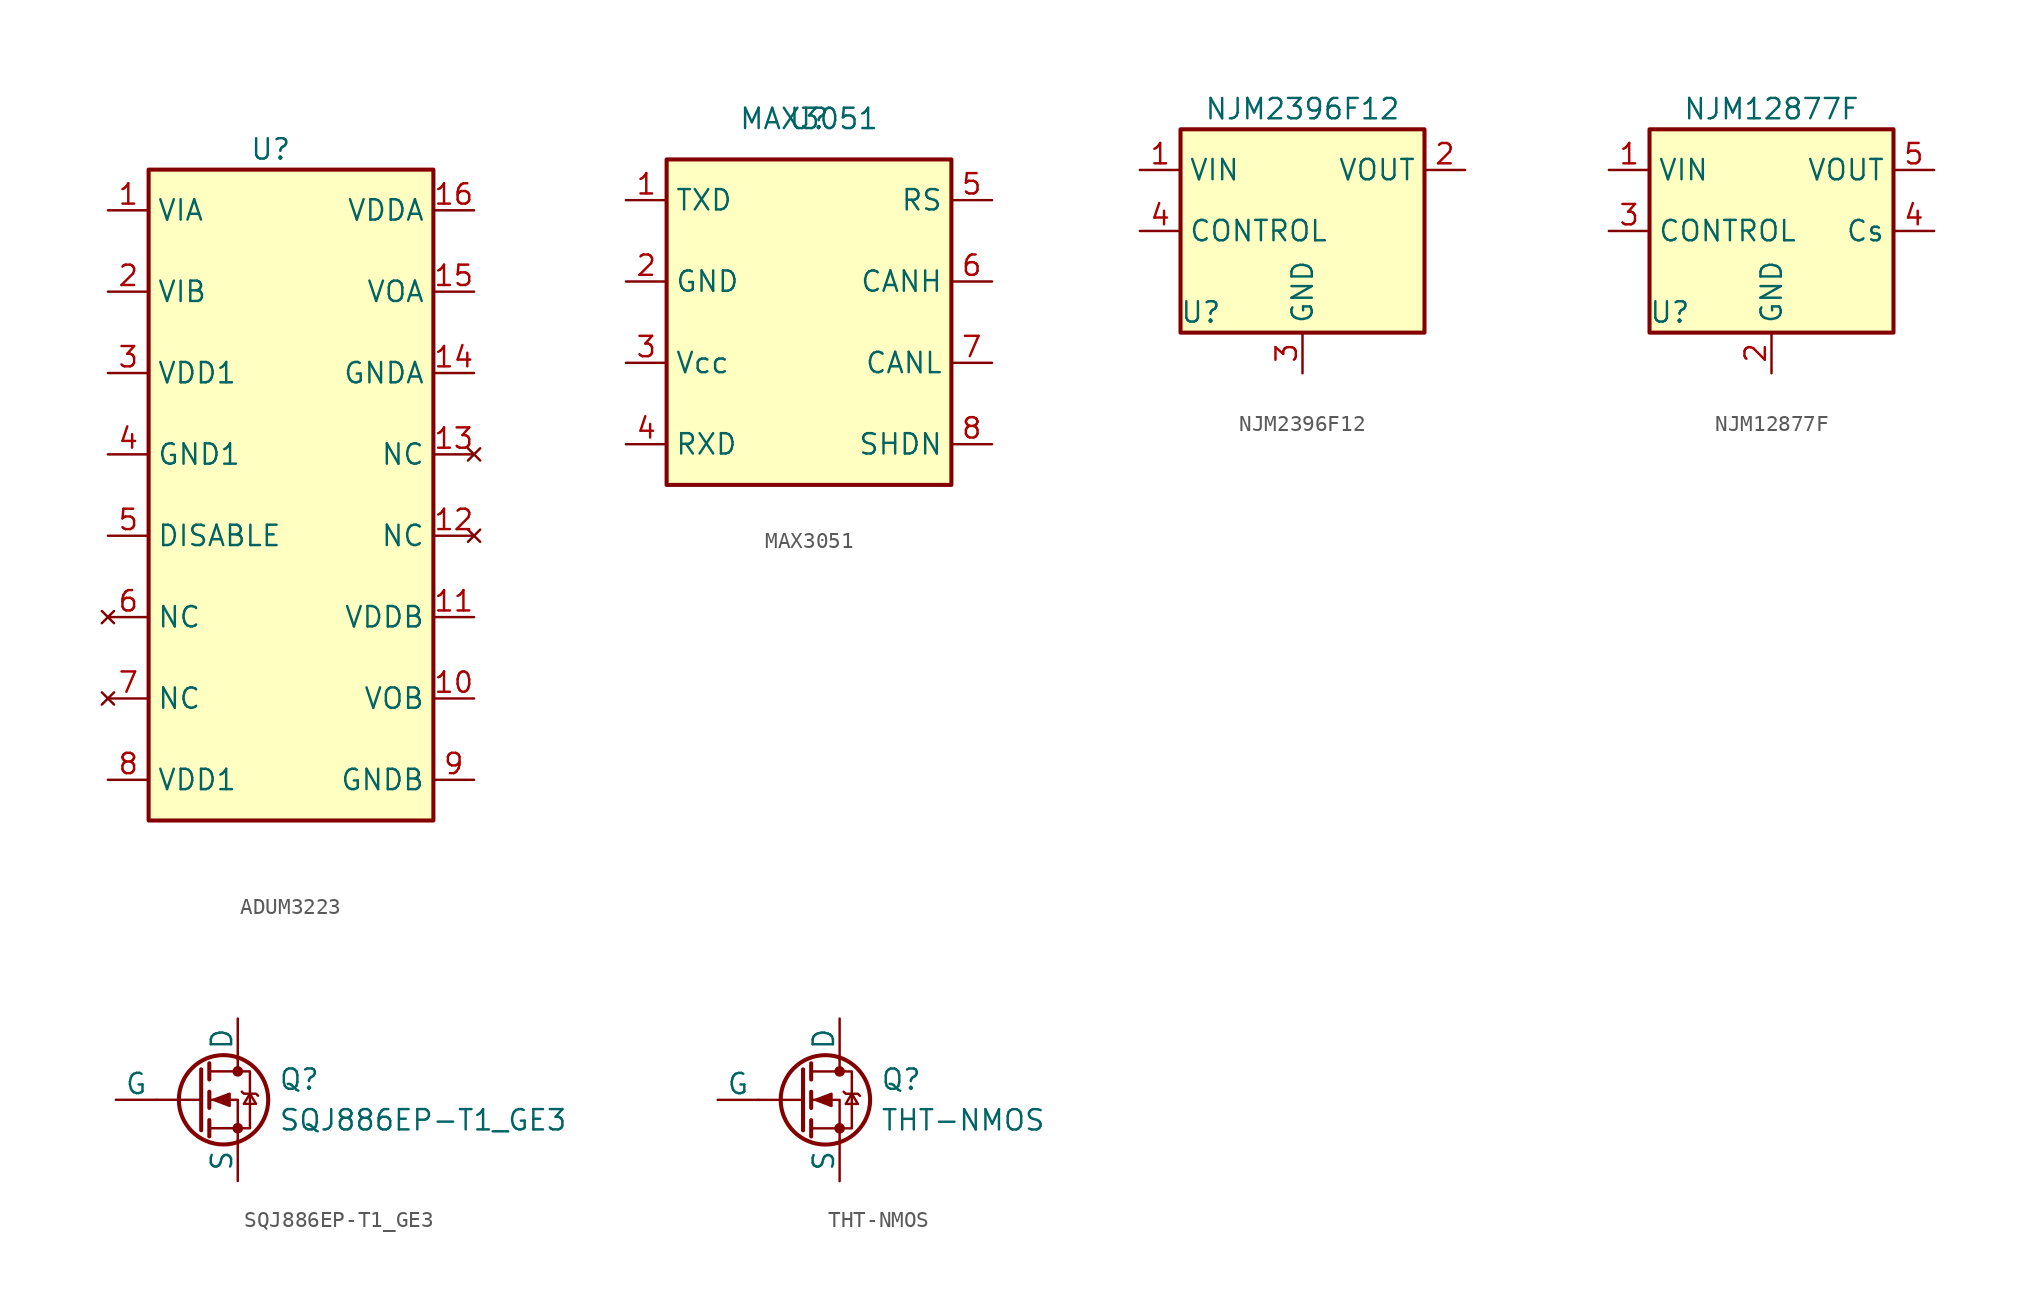
<source format=kicad_sym>
(kicad_symbol_lib
  (version 20220914)
  (generator kicad_symbol_editor)
  (symbol "ADUM3223"
    (property "Reference" "U"
      (at -1.27 21.59 0)
      (effects (font (size 1.27 1.27))))
    (property "Value" ""
      (at 0 0 0)
      (effects (font (size 1.27 1.27))))
    (symbol "ADUM3223_1_1"
      (rectangle (start -8.89 20.32) (end 8.89 -20.32) (stroke (width 0.254) (type default)) (fill (type background)))
      (pin input line (at -11.43 17.78 0) (length 2.54) (name "VIA" (effects (font (size 1.27 1.27)))) (number "1" (effects (font (size 1.27 1.27)))))
      (pin output line (at 11.43 -12.7 180) (length 2.54) (name "VOB" (effects (font (size 1.27 1.27)))) (number "10" (effects (font (size 1.27 1.27)))))
      (pin power_in line (at 11.43 -7.62 180) (length 2.54) (name "VDDB" (effects (font (size 1.27 1.27)))) (number "11" (effects (font (size 1.27 1.27)))))
      (pin no_connect line (at 11.43 -2.54 180) (length 2.54) (name "NC" (effects (font (size 1.27 1.27)))) (number "12" (effects (font (size 1.27 1.27)))))
      (pin no_connect line (at 11.43 2.54 180) (length 2.54) (name "NC" (effects (font (size 1.27 1.27)))) (number "13" (effects (font (size 1.27 1.27)))))
      (pin power_in line (at 11.43 7.62 180) (length 2.54) (name "GNDA" (effects (font (size 1.27 1.27)))) (number "14" (effects (font (size 1.27 1.27)))))
      (pin output line (at 11.43 12.7 180) (length 2.54) (name "VOA" (effects (font (size 1.27 1.27)))) (number "15" (effects (font (size 1.27 1.27)))))
      (pin power_in line (at 11.43 17.78 180) (length 2.54) (name "VDDA" (effects (font (size 1.27 1.27)))) (number "16" (effects (font (size 1.27 1.27)))))
      (pin input line (at -11.43 12.7 0) (length 2.54) (name "VIB" (effects (font (size 1.27 1.27)))) (number "2" (effects (font (size 1.27 1.27)))))
      (pin power_in line (at -11.43 7.62 0) (length 2.54) (name "VDD1" (effects (font (size 1.27 1.27)))) (number "3" (effects (font (size 1.27 1.27)))))
      (pin power_in line (at -11.43 2.54 0) (length 2.54) (name "GND1" (effects (font (size 1.27 1.27)))) (number "4" (effects (font (size 1.27 1.27)))))
      (pin input line (at -11.43 -2.54 0) (length 2.54) (name "DISABLE" (effects (font (size 1.27 1.27)))) (number "5" (effects (font (size 1.27 1.27)))))
      (pin no_connect line (at -11.43 -7.62 0) (length 2.54) (name "NC" (effects (font (size 1.27 1.27)))) (number "6" (effects (font (size 1.27 1.27)))))
      (pin no_connect line (at -11.43 -12.7 0) (length 2.54) (name "NC" (effects (font (size 1.27 1.27)))) (number "7" (effects (font (size 1.27 1.27)))))
      (pin power_in line (at -11.43 -17.78 0) (length 2.54) (name "VDD1" (effects (font (size 1.27 1.27)))) (number "8" (effects (font (size 1.27 1.27)))))
      (pin power_in line (at 11.43 -17.78 180) (length 2.54) (name "GNDB" (effects (font (size 1.27 1.27)))) (number "9" (effects (font (size 1.27 1.27)))))))
  (symbol "MAX3051"
    (property "Reference" "U"
      (at 0 0 0)
      (effects (font (size 1.27 1.27))))
    (property "Value" "MAX3051"
      (at 0 0 0)
      (effects (font (size 1.27 1.27))))
    (symbol "MAX3051_1_1"
      (rectangle (start -8.89 -2.54) (end 8.89 -22.86) (stroke (width 0.254) (type default)) (fill (type background)))
      (pin input line (at -11.43 -5.08 0) (length 2.54) (name "TXD" (effects (font (size 1.27 1.27)))) (number "1" (effects (font (size 1.27 1.27)))))
      (pin power_in line (at -11.43 -10.16 0) (length 2.54) (name "GND" (effects (font (size 1.27 1.27)))) (number "2" (effects (font (size 1.27 1.27)))))
      (pin power_in line (at -11.43 -15.24 0) (length 2.54) (name "Vcc" (effects (font (size 1.27 1.27)))) (number "3" (effects (font (size 1.27 1.27)))))
      (pin input line (at -11.43 -20.32 0) (length 2.54) (name "RXD" (effects (font (size 1.27 1.27)))) (number "4" (effects (font (size 1.27 1.27)))))
      (pin input line (at 11.43 -5.08 180) (length 2.54) (name "RS" (effects (font (size 1.27 1.27)))) (number "5" (effects (font (size 1.27 1.27)))))
      (pin output line (at 11.43 -10.16 180) (length 2.54) (name "CANH" (effects (font (size 1.27 1.27)))) (number "6" (effects (font (size 1.27 1.27)))))
      (pin output line (at 11.43 -15.24 180) (length 2.54) (name "CANL" (effects (font (size 1.27 1.27)))) (number "7" (effects (font (size 1.27 1.27)))))
      (pin input line (at 11.43 -20.32 180) (length 2.54) (name "SHDN" (effects (font (size 1.27 1.27)))) (number "8" (effects (font (size 1.27 1.27)))))))
  (symbol "NJM2396F12"
    (property "Reference" "U"
      (at -6.35 -6.35 0)
      (effects (font (size 1.27 1.27))))
    (property "Value" "NJM2396F12"
      (at 0 6.35 0)
      (effects (font (size 1.27 1.27))))
    (symbol "NJM2396F12_0_1"
      (rectangle (start -7.62 5.08) (end 7.62 -7.62) (stroke (width 0.254) (type default)) (fill (type background))))
    (symbol "NJM2396F12_1_1"
      (pin power_in line (at -10.16 2.54 0) (length 2.54) (name "VIN" (effects (font (size 1.27 1.27)))) (number "1" (effects (font (size 1.27 1.27)))))
      (pin power_out line (at 10.16 2.54 180) (length 2.54) (name "VOUT" (effects (font (size 1.27 1.27)))) (number "2" (effects (font (size 1.27 1.27)))))
      (pin power_in line (at 0 -10.16 90) (length 2.54) (name "GND" (effects (font (size 1.27 1.27)))) (number "3" (effects (font (size 1.27 1.27)))))
      (pin input line (at -10.16 -1.27 0) (length 2.54) (name "CONTROL" (effects (font (size 1.27 1.27)))) (number "4" (effects (font (size 1.27 1.27)))))))
  (symbol "NJM12877F"
    (property "Reference" "U"
      (at -6.35 -6.35 0)
      (effects (font (size 1.27 1.27))))
    (property "Value" "NJM12877F"
      (at 0 6.35 0)
      (effects (font (size 1.27 1.27))))
    (symbol "NJM12877F_0_1"
      (rectangle (start -7.62 5.08) (end 7.62 -7.62) (stroke (width 0.254) (type default)) (fill (type background))))
    (symbol "NJM12877F_1_1"
      (pin power_in line (at -10.16 2.54 0) (length 2.54) (name "VIN" (effects (font (size 1.27 1.27)))) (number "1" (effects (font (size 1.27 1.27)))))
      (pin power_in line (at 0 -10.16 90) (length 2.54) (name "GND" (effects (font (size 1.27 1.27)))) (number "2" (effects (font (size 1.27 1.27)))))
      (pin input line (at -10.16 -1.27 0) (length 2.54) (name "CONTROL" (effects (font (size 1.27 1.27)))) (number "3" (effects (font (size 1.27 1.27)))))
      (pin passive line (at 10.16 -1.27 180) (length 2.54) (name "Cs" (effects (font (size 1.27 1.27)))) (number "4" (effects (font (size 1.27 1.27)))))
      (pin power_out line (at 10.16 2.54 180) (length 2.54) (name "VOUT" (effects (font (size 1.27 1.27)))) (number "5" (effects (font (size 1.27 1.27)))))))
  (symbol "SQJ886EP-T1_GE3"
    (pin_numbers hide)
    (pin_names
      (offset 0))
    (property "Reference" "Q"
      (at 5.08 1.27 0)
      (effects (font (size 1.27 1.27)) (justify left)))
    (property "Value" "SQJ886EP-T1_GE3"
      (at 5.08 -1.27 0)
      (effects (font (size 1.27 1.27)) (justify left)))
    (symbol "SQJ886EP-T1_GE3_0_1"
      (polyline (pts (xy 0.254 0) (xy -2.54 0)) (stroke (width 0) (type default)) (fill (type none)))
      (polyline (pts (xy 0.254 1.905) (xy 0.254 -1.905)) (stroke (width 0.254) (type default)) (fill (type none)))
      (polyline (pts (xy 0.762 -1.27) (xy 0.762 -2.286)) (stroke (width 0.254) (type default)) (fill (type none)))
      (polyline (pts (xy 0.762 0.508) (xy 0.762 -0.508)) (stroke (width 0.254) (type default)) (fill (type none)))
      (polyline (pts (xy 0.762 2.286) (xy 0.762 1.27)) (stroke (width 0.254) (type default)) (fill (type none)))
      (polyline (pts (xy 2.54 2.54) (xy 2.54 1.778)) (stroke (width 0) (type default)) (fill (type none)))
      (polyline (pts (xy 2.54 -2.54) (xy 2.54 0) (xy 0.762 0)) (stroke (width 0) (type default)) (fill (type none)))
      (polyline (pts (xy 0.762 -1.778) (xy 3.302 -1.778) (xy 3.302 1.778) (xy 0.762 1.778)) (stroke (width 0) (type default)) (fill (type none)))
      (polyline (pts (xy 1.016 0) (xy 2.032 0.381) (xy 2.032 -0.381) (xy 1.016 0)) (stroke (width 0) (type default)) (fill (type outline)))
      (polyline (pts (xy 2.794 0.508) (xy 2.921 0.381) (xy 3.683 0.381) (xy 3.81 0.254)) (stroke (width 0) (type default)) (fill (type none)))
      (polyline (pts (xy 3.302 0.381) (xy 2.921 -0.254) (xy 3.683 -0.254) (xy 3.302 0.381)) (stroke (width 0) (type default)) (fill (type none)))
      (circle (center 1.651 0) (radius 2.794) (stroke (width 0.254) (type default)) (fill (type none)))
      (circle (center 2.54 -1.778) (radius 0.254) (stroke (width 0) (type default)) (fill (type outline)))
      (circle (center 2.54 1.778) (radius 0.254) (stroke (width 0) (type default)) (fill (type outline))))
    (symbol "SQJ886EP-T1_GE3_1_1"
      (pin passive line (at 2.54 -5.08 90) (length 2.54) (name "S" (effects (font (size 1.27 1.27)))) (number "1" (effects (font (size 1.27 1.27)))))
      (pin passive line (at 2.54 -5.08 90) (length 2.54) hide (name "S" (effects (font (size 1.27 1.27)))) (number "2" (effects (font (size 1.27 1.27)))))
      (pin passive line (at 2.54 -5.08 90) (length 2.54) hide (name "S" (effects (font (size 1.27 1.27)))) (number "3" (effects (font (size 1.27 1.27)))))
      (pin input line (at -5.08 0 0) (length 2.54) (name "G" (effects (font (size 1.27 1.27)))) (number "4" (effects (font (size 1.27 1.27)))))
      (pin passive line (at 2.54 5.08 270) (length 2.54) (name "D" (effects (font (size 1.27 1.27)))) (number "5" (effects (font (size 1.27 1.27)))))))
  (symbol "THT-NMOS"
    (pin_numbers hide)
    (pin_names
      (offset 0))
    (property "Reference" "Q"
      (at 5.08 1.27 0)
      (effects (font (size 1.27 1.27)) (justify left)))
    (property "Value" "THT-NMOS"
      (at 5.08 -1.27 0)
      (effects (font (size 1.27 1.27)) (justify left)))
    (symbol "THT-NMOS_0_1"
      (polyline (pts (xy 0.254 0) (xy -2.54 0)) (stroke (width 0) (type default)) (fill (type none)))
      (polyline (pts (xy 0.254 1.905) (xy 0.254 -1.905)) (stroke (width 0.254) (type default)) (fill (type none)))
      (polyline (pts (xy 0.762 -1.27) (xy 0.762 -2.286)) (stroke (width 0.254) (type default)) (fill (type none)))
      (polyline (pts (xy 0.762 0.508) (xy 0.762 -0.508)) (stroke (width 0.254) (type default)) (fill (type none)))
      (polyline (pts (xy 0.762 2.286) (xy 0.762 1.27)) (stroke (width 0.254) (type default)) (fill (type none)))
      (polyline (pts (xy 2.54 2.54) (xy 2.54 1.778)) (stroke (width 0) (type default)) (fill (type none)))
      (polyline (pts (xy 2.54 -2.54) (xy 2.54 0) (xy 0.762 0)) (stroke (width 0) (type default)) (fill (type none)))
      (polyline (pts (xy 0.762 -1.778) (xy 3.302 -1.778) (xy 3.302 1.778) (xy 0.762 1.778)) (stroke (width 0) (type default)) (fill (type none)))
      (polyline (pts (xy 1.016 0) (xy 2.032 0.381) (xy 2.032 -0.381) (xy 1.016 0)) (stroke (width 0) (type default)) (fill (type outline)))
      (polyline (pts (xy 2.794 0.508) (xy 2.921 0.381) (xy 3.683 0.381) (xy 3.81 0.254)) (stroke (width 0) (type default)) (fill (type none)))
      (polyline (pts (xy 3.302 0.381) (xy 2.921 -0.254) (xy 3.683 -0.254) (xy 3.302 0.381)) (stroke (width 0) (type default)) (fill (type none)))
      (circle (center 1.651 0) (radius 2.794) (stroke (width 0.254) (type default)) (fill (type none)))
      (circle (center 2.54 -1.778) (radius 0.254) (stroke (width 0) (type default)) (fill (type outline)))
      (circle (center 2.54 1.778) (radius 0.254) (stroke (width 0) (type default)) (fill (type outline))))
    (symbol "THT-NMOS_1_1"
      (pin input line (at -5.08 0 0) (length 2.54) (name "G" (effects (font (size 1.27 1.27)))) (number "1" (effects (font (size 1.27 1.27)))))
      (pin passive line (at 2.54 5.08 270) (length 2.54) (name "D" (effects (font (size 1.27 1.27)))) (number "2" (effects (font (size 1.27 1.27)))))
      (pin passive line (at 2.54 -5.08 90) (length 2.54) (name "S" (effects (font (size 1.27 1.27)))) (number "3" (effects (font (size 1.27 1.27))))))))
</source>
